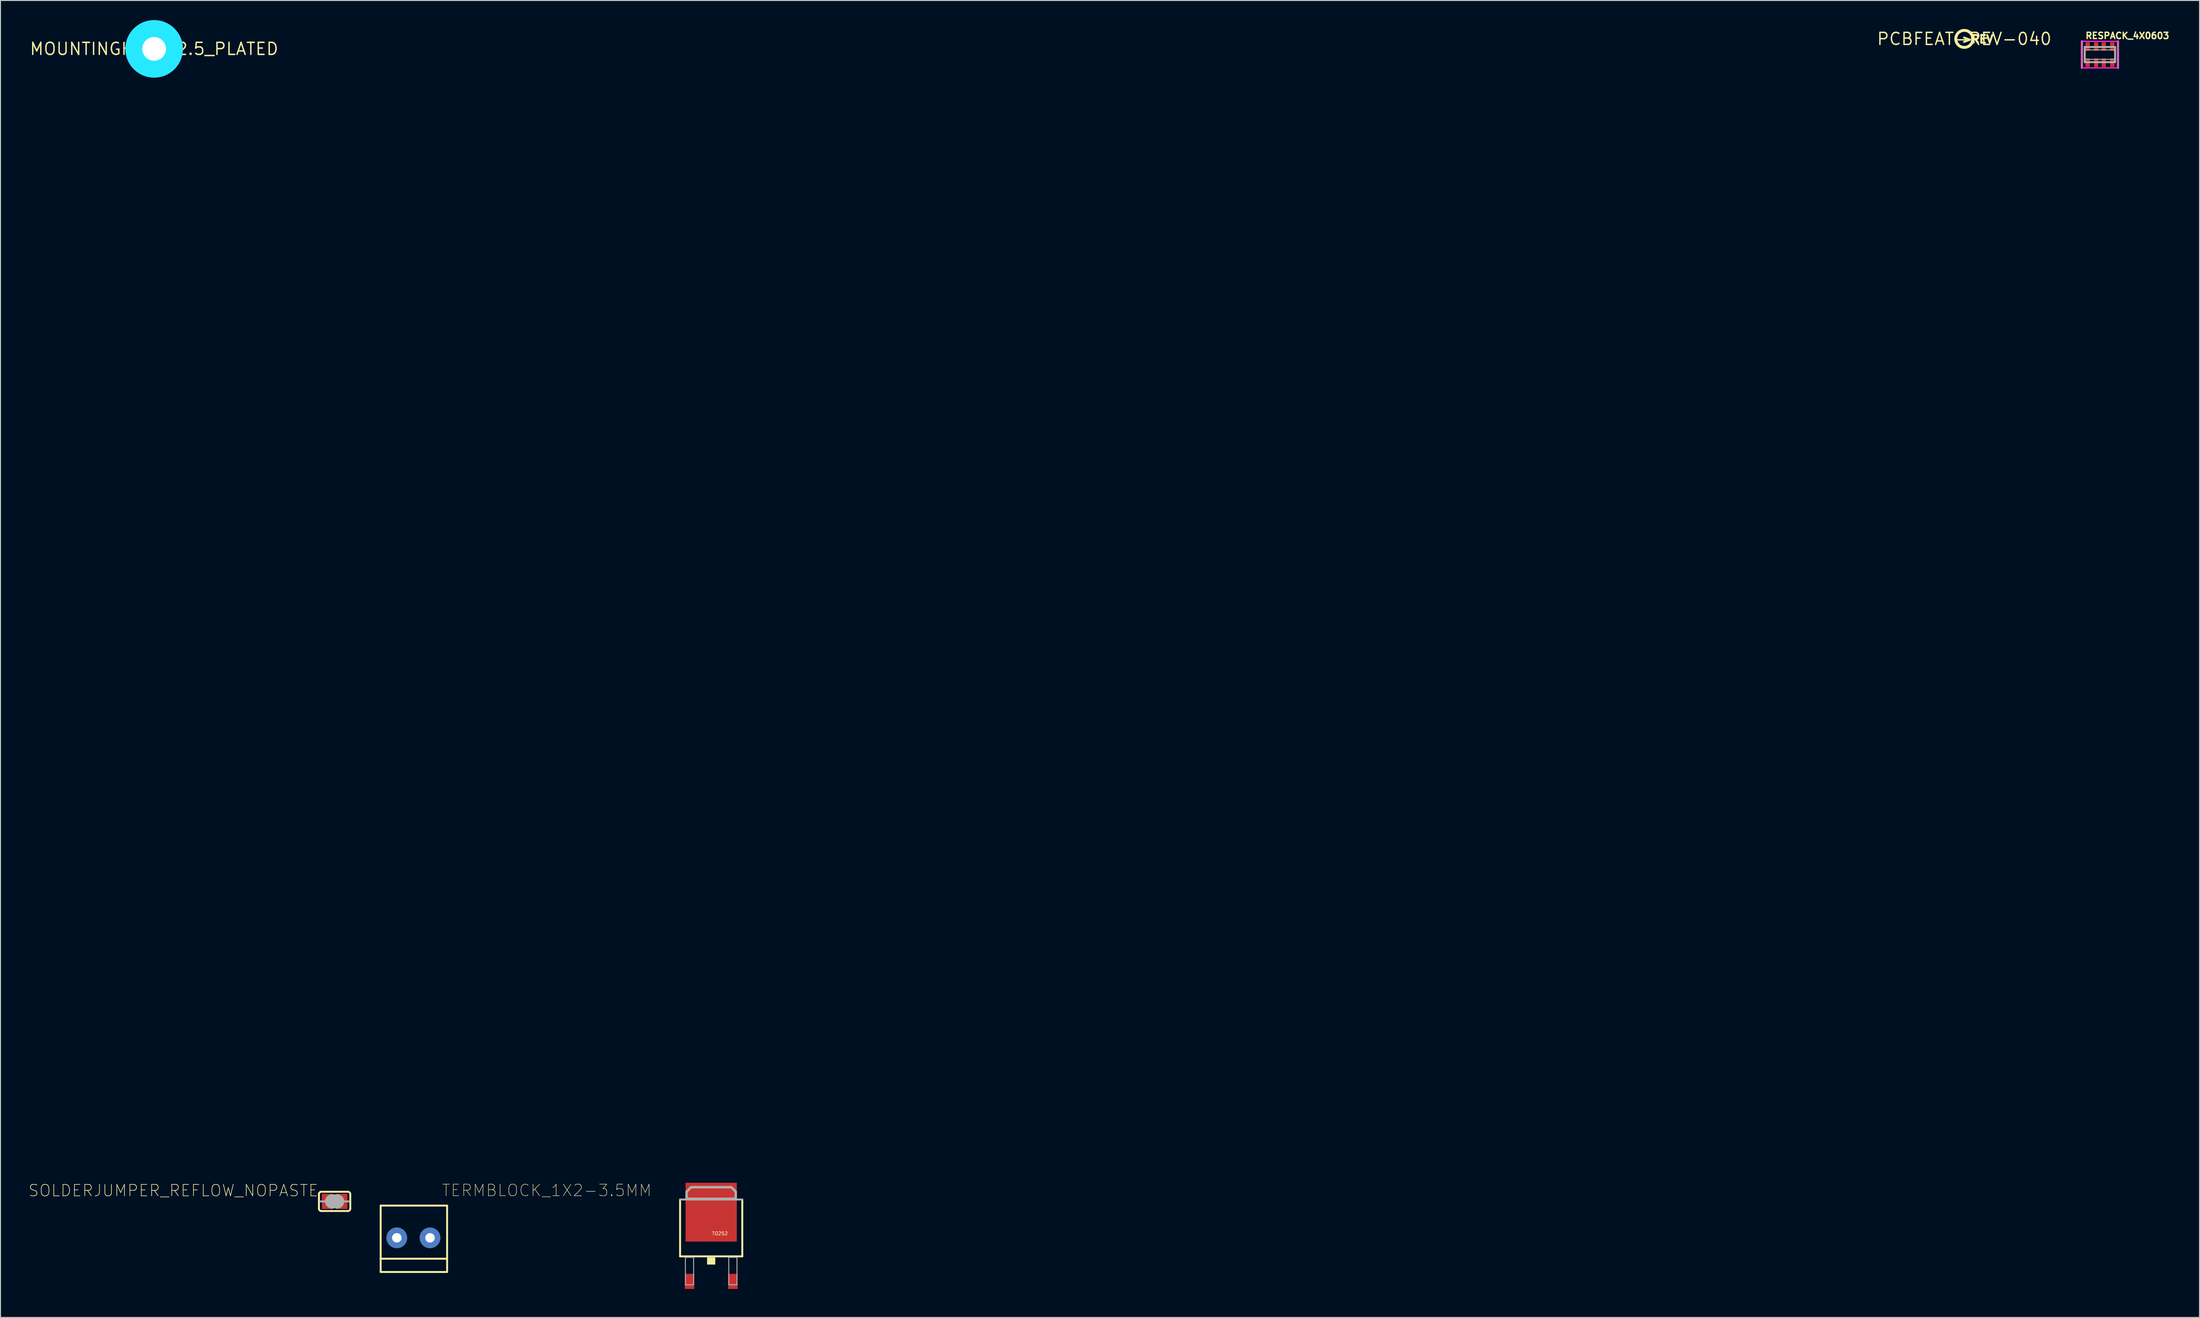
<source format=kicad_pcb>
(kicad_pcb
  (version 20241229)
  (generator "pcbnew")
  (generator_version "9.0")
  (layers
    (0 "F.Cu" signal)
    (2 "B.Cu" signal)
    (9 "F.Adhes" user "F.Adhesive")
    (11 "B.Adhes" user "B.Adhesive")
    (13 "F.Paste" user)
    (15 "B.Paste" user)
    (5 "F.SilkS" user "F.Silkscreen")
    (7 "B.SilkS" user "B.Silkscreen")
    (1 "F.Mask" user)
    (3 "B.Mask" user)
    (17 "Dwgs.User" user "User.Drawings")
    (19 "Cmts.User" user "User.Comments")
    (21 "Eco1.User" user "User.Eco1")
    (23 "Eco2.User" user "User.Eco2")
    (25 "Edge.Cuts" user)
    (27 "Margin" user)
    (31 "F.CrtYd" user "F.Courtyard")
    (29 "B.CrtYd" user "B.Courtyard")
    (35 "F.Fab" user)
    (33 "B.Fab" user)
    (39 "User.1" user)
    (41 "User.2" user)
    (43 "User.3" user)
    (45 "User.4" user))
  (footprint "SOLDERJUMPER_REFLOW_NOPASTE"
    (layer "F.Cu")
    (at 32.21 123.61)
    (property "Reference" "SOLDERJUMPER_REFLOW_NOPASTE" (at -1.651 -1.143 180) (layer "F.SilkS") (effects (font (size 1.203 1.203) (thickness 0.067)) (justify right)))
    (fp_poly (pts (xy -0.076 0.914) (xy 0.076 0.914) (xy 0.076 -0.914) (xy -0.076 -0.914)) (stroke (width 0) (type solid)) (fill yes) (layer "F.Mask"))
    (fp_line (start -1.651 0.762) (end -1.651 -0.762) (stroke (width 0.203) (type solid)) (layer "F.SilkS"))
    (fp_line (start -1.397 -1.016) (end 1.397 -1.016) (stroke (width 0.203) (type solid)) (layer "F.SilkS"))
    (fp_line (start 1.397 1.016) (end -1.397 1.016) (stroke (width 0.203) (type solid)) (layer "F.SilkS"))
    (fp_line (start 1.651 0.762) (end 1.651 -0.762) (stroke (width 0.203) (type solid)) (layer "F.SilkS"))
    (fp_arc (start -1.651 -0.762) (mid -1.576605 -0.941605) (end -1.397 -1.016) (stroke (width 0.2032) (type solid)) (layer "F.SilkS"))
    (fp_arc (start -1.397 1.016) (mid -1.576605 0.941605) (end -1.651 0.762) (stroke (width 0.2032) (type solid)) (layer "F.SilkS"))
    (fp_arc (start 1.397 -1.016) (mid 1.576605 -0.941605) (end 1.651 -0.762) (stroke (width 0.2032) (type solid)) (layer "F.SilkS"))
    (fp_arc (start 1.651 0.762) (mid 1.576605 0.941605) (end 1.397 1.016) (stroke (width 0.2032) (type solid)) (layer "F.SilkS"))
    (fp_line (start -1.016 0) (end -1.524 0) (stroke (width 0.203) (type solid)) (layer "F.Fab"))
    (fp_line (start 1.016 0) (end 1.524 0) (stroke (width 0.203) (type solid)) (layer "F.Fab"))
    (fp_arc (start -0.254 0.127) (mid -0.381 0) (end -0.254 -0.127) (stroke (width 1.27) (type solid)) (layer "F.Fab"))
    (fp_arc (start 0.254 -0.127) (mid 0.381 0) (end 0.254 0.127) (stroke (width 1.27) (type solid)) (layer "F.Fab"))
    (pad "1" smd rect (at -0.762 0) (size 1.168 1.6) (layers "F.Cu" "F.Mask"))
    (pad "2" smd rect (at 0.762 0) (size 1.168 1.6) (layers "F.Cu" "F.Mask")))
  (footprint "PCBFEAT-REV-040"
    (layer "F.Cu")
    (at 203.939 1.05)
    (property "Reference" "PCBFEAT-REV-040" (at 0 0 0) (layer "F.SilkS") (effects (font (size 1.27 1.27) (thickness 0.15))))
    (fp_circle (center 0 0) (end 0.898 0) (stroke (width 0.305) (type solid)) (fill no) (layer "F.SilkS"))
    (fp_text user ">REV" (at -0.356 0.508 0) (layer "F.SilkS") (effects (font (size 0.813 0.813) (thickness 0.203)) (justify left bottom))))
  (footprint "TO252"
    (layer "F.Cu")
    (at 71.891 127.246)
    (property "Reference" "TO252" (at 1.778 -0.254 180) (layer "F.SilkS") (effects (font (size 0.353 0.353) (thickness 0.053)) (justify right)))
    (fp_line (start -3.277 2.159) (end -3.277 -3.835) (stroke (width 0.203) (type solid)) (layer "F.SilkS"))
    (fp_line (start 3.277 -3.835) (end 3.277 2.159) (stroke (width 0.203) (type solid)) (layer "F.SilkS"))
    (fp_line (start 3.277 2.159) (end -3.277 2.159) (stroke (width 0.203) (type solid)) (layer "F.SilkS"))
    (fp_poly (pts (xy -0.432 3.023) (xy 0.432 3.023) (xy 0.432 2.261) (xy -0.432 2.261)) (stroke (width 0) (type solid)) (fill yes) (layer "F.SilkS"))
    (fp_line (start -3.277 -3.835) (end 3.277 -3.835) (stroke (width 0.203) (type solid)) (layer "F.Fab"))
    (fp_line (start -2.565 -4.648) (end -2.108 -5.105) (stroke (width 0.203) (type solid)) (layer "F.Fab"))
    (fp_line (start -2.565 -3.937) (end -2.565 -4.648) (stroke (width 0.203) (type solid)) (layer "F.Fab"))
    (fp_line (start -2.108 -5.105) (end 2.108 -5.105) (stroke (width 0.203) (type solid)) (layer "F.Fab"))
    (fp_line (start 2.108 -5.105) (end 2.565 -4.648) (stroke (width 0.203) (type solid)) (layer "F.Fab"))
    (fp_line (start 2.565 -4.648) (end 2.565 -3.937) (stroke (width 0.203) (type solid)) (layer "F.Fab"))
    (fp_line (start 2.565 -3.937) (end -2.565 -3.937) (stroke (width 0.203) (type solid)) (layer "F.Fab"))
    (fp_poly (pts (xy -2.718 5.156) (xy -1.854 5.156) (xy -1.854 2.261) (xy -2.718 2.261)) (stroke (width 0.1) (type solid)) (fill no) (layer "F.Fab"))
    (fp_poly (pts (xy 1.854 5.156) (xy 2.718 5.156) (xy 2.718 2.261) (xy 1.854 2.261)) (stroke (width 0.1) (type solid)) (fill no) (layer "F.Fab"))
    (fp_poly (pts (xy 2.667 -4.69) (xy 2.667 -3.835) (xy -2.667 -3.835) (xy -2.667 -4.69) (xy -2.15 -5.207) (xy 2.15 -5.207)) (stroke (width 0.1) (type solid)) (fill no) (layer "F.Fab"))
    (pad "1" smd rect (at -2.28 4.8) (size 1 1.6) (layers "F.Cu" "F.Mask" "F.Paste"))
    (pad "2" smd rect (at 2.28 4.8) (size 1 1.6) (layers "F.Cu" "F.Mask" "F.Paste"))
    (pad "3" smd rect (at 0 -2.5) (size 5.4 6.2) (layers "F.Cu" "F.Mask" "F.Paste")))
  (footprint "MOUNTINGHOLE_2.5_PLATED"
    (layer "F.Cu")
    (at 13.191 2.102)
    (property "Reference" "MOUNTINGHOLE_2.5_PLATED" (at 0 0 0) (layer "F.SilkS") (effects (font (size 1.27 1.27) (thickness 0.15))))
    (fp_circle (center 0 0) (end 2 0) (stroke (width 0.203) (type solid)) (fill no) (layer "F.SilkS"))
    (fp_circle (center 0 0) (end 1 0) (stroke (width 2.032) (type solid)) (fill no) (layer "B.CrtYd"))
    (fp_circle (center 0 0) (end 1 0) (stroke (width 2.032) (type solid)) (fill no) (layer "F.CrtYd"))
    (pad "P$1" thru_hole circle (at 0 0) (size 3.2 3.2) (drill 2.5) (layers "*.Cu" "*.Mask"))
    (zone (net_name "") (layer "F.Cu") (hatch edge 0.508) (connect_pads) (min_thickness 0.254) (filled_areas_thickness no) (keepout (tracks not_allowed) (vias not_allowed) (pads not_allowed) (copperpour not_allowed) (footprints allowed)) (placement (enabled no)) (fill) (polygon (pts (xy 191.648 116.63) (xy 191.618 116.28) (xy 191.527 115.941) (xy 191.378 115.622) (xy 191.177 115.334) (xy 190.928 115.086) (xy 190.64 114.884) (xy 190.322 114.736) (xy 189.982 114.645) (xy 189.632 114.614) (xy 189.282 114.645) (xy 188.943 114.736) (xy 188.624 114.884) (xy 188.336 115.086) (xy 188.088 115.334) (xy 187.886 115.622) (xy 187.738 115.941) (xy 187.647 116.28) (xy 187.616 116.63) (xy 187.647 116.98) (xy 187.738 117.32) (xy 187.886 117.638) (xy 188.088 117.926) (xy 188.336 118.175) (xy 188.624 118.376) (xy 188.943 118.525) (xy 189.282 118.616) (xy 189.632 118.646) (xy 189.982 118.616) (xy 190.322 118.525) (xy 190.64 118.376) (xy 190.928 118.175) (xy 191.177 117.926) (xy 191.378 117.638) (xy 191.527 117.32) (xy 191.618 116.98))) (polygon (pts (xy 189.616 116.63) (xy 189.616 116.633) (xy 189.617 116.636) (xy 189.618 116.638) (xy 189.62 116.64) (xy 189.622 116.642) (xy 189.624 116.644) (xy 189.627 116.645) (xy 189.629 116.646) (xy 189.632 116.646) (xy 189.635 116.646) (xy 189.638 116.645) (xy 189.64 116.644) (xy 189.642 116.642) (xy 189.644 116.64) (xy 189.646 116.638) (xy 189.647 116.636) (xy 189.648 116.633) (xy 189.648 116.63) (xy 189.648 116.627) (xy 189.647 116.625) (xy 189.646 116.622) (xy 189.644 116.62) (xy 189.642 116.618) (xy 189.64 116.616) (xy 189.638 116.615) (xy 189.635 116.614) (xy 189.632 116.614) (xy 189.629 116.614) (xy 189.627 116.615) (xy 189.624 116.616) (xy 189.622 116.618) (xy 189.62 116.62) (xy 189.618 116.622) (xy 189.617 116.625) (xy 189.616 116.627))))
    (zone (net_name "") (layer "B.Cu") (hatch edge 0.508) (connect_pads) (min_thickness 0.254) (filled_areas_thickness no) (keepout (tracks not_allowed) (vias not_allowed) (pads not_allowed) (copperpour not_allowed) (footprints allowed)) (placement (enabled no)) (fill) (polygon (pts (xy 191.648 116.63) (xy 191.618 116.28) (xy 191.527 115.941) (xy 191.378 115.622) (xy 191.177 115.334) (xy 190.928 115.086) (xy 190.64 114.884) (xy 190.322 114.736) (xy 189.982 114.645) (xy 189.632 114.614) (xy 189.282 114.645) (xy 188.943 114.736) (xy 188.624 114.884) (xy 188.336 115.086) (xy 188.088 115.334) (xy 187.886 115.622) (xy 187.738 115.941) (xy 187.647 116.28) (xy 187.616 116.63) (xy 187.647 116.98) (xy 187.738 117.32) (xy 187.886 117.638) (xy 188.088 117.926) (xy 188.336 118.175) (xy 188.624 118.376) (xy 188.943 118.525) (xy 189.282 118.616) (xy 189.632 118.646) (xy 189.982 118.616) (xy 190.322 118.525) (xy 190.64 118.376) (xy 190.928 118.175) (xy 191.177 117.926) (xy 191.378 117.638) (xy 191.527 117.32) (xy 191.618 116.98))) (polygon (pts (xy 189.616 116.63) (xy 189.616 116.633) (xy 189.617 116.636) (xy 189.618 116.638) (xy 189.62 116.64) (xy 189.622 116.642) (xy 189.624 116.644) (xy 189.627 116.645) (xy 189.629 116.646) (xy 189.632 116.646) (xy 189.635 116.646) (xy 189.638 116.645) (xy 189.64 116.644) (xy 189.642 116.642) (xy 189.644 116.64) (xy 189.646 116.638) (xy 189.647 116.636) (xy 189.648 116.633) (xy 189.648 116.63) (xy 189.648 116.627) (xy 189.647 116.625) (xy 189.646 116.622) (xy 189.644 116.62) (xy 189.642 116.618) (xy 189.64 116.616) (xy 189.638 116.615) (xy 189.635 116.614) (xy 189.632 116.614) (xy 189.629 116.614) (xy 189.627 116.615) (xy 189.624 116.616) (xy 189.622 116.618) (xy 189.62 116.62) (xy 189.618 116.622) (xy 189.617 116.625) (xy 189.616 116.627)))))
  (footprint "RESPACK_4X0603"
    (layer "F.Cu")
    (at 218.231 2.705)
    (property "Reference" "RESPACK_4X0603" (at -1.6 -1.6 0) (layer "F.SilkS") (effects (font (size 0.666 0.666) (thickness 0.146)) (justify left bottom)))
    (fp_line (start -1.9 1.4) (end -1.9 -1.4) (stroke (width 0.203) (type solid)) (layer "F.SilkS"))
    (fp_line (start 1.9 -1.4) (end 1.9 1.4) (stroke (width 0.203) (type solid)) (layer "F.SilkS"))
    (fp_line (start -1.9 -1.4) (end 1.9 -1.4) (stroke (width 0.127) (type solid)) (layer "F.CrtYd"))
    (fp_line (start -1.9 1.4) (end -1.9 -1.4) (stroke (width 0.127) (type solid)) (layer "F.CrtYd"))
    (fp_line (start -1.9 1.4) (end 1.9 1.4) (stroke (width 0.127) (type solid)) (layer "F.CrtYd"))
    (fp_line (start 1.9 -1.4) (end 1.9 1.4) (stroke (width 0.127) (type solid)) (layer "F.CrtYd"))
    (fp_line (start -1.6 -0.8) (end 1.6 -0.8) (stroke (width 0.203) (type solid)) (layer "F.Fab"))
    (fp_line (start -1.6 0.8) (end -1.6 -0.8) (stroke (width 0.203) (type solid)) (layer "F.Fab"))
    (fp_line (start 1.6 -0.8) (end 1.6 0.8) (stroke (width 0.203) (type solid)) (layer "F.Fab"))
    (fp_line (start 1.6 0.8) (end -1.6 0.8) (stroke (width 0.203) (type solid)) (layer "F.Fab"))
    (fp_poly (pts (xy -1.55 0.5) (xy 1.55 0.5) (xy 1.55 -0.5) (xy -1.55 -0.5)) (stroke (width 0.1) (type solid)) (fill no) (layer "F.Fab"))
    (pad "1" smd rect (at -1.3 0.85) (size 0.45 0.9) (layers "F.Cu" "F.Mask" "F.Paste"))
    (pad "2" smd rect (at -0.4 0.85) (size 0.45 0.9) (layers "F.Cu" "F.Mask" "F.Paste"))
    (pad "3" smd rect (at 0.4 0.85) (size 0.45 0.9) (layers "F.Cu" "F.Mask" "F.Paste"))
    (pad "4" smd rect (at 1.3 0.85) (size 0.45 0.9) (layers "F.Cu" "F.Mask" "F.Paste"))
    (pad "5" smd rect (at 1.3 -0.85) (size 0.45 0.9) (layers "F.Cu" "F.Mask" "F.Paste"))
    (pad "6" smd rect (at 0.4 -0.85) (size 0.45 0.9) (layers "F.Cu" "F.Mask" "F.Paste"))
    (pad "7" smd rect (at -0.4 -0.85) (size 0.45 0.9) (layers "F.Cu" "F.Mask" "F.Paste"))
    (pad "8" smd rect (at -1.3 -0.85) (size 0.45 0.9) (layers "F.Cu" "F.Mask" "F.Paste")))
  (footprint "TERMBLOCK_1X2-3.5MM"
    (layer "F.Cu")
    (at 40.464 127.452)
    (property "Reference" "TERMBLOCK_1X2-3.5MM" (at 3 -5 180) (layer "F.SilkS") (effects (font (size 1.217 1.217) (thickness 0.053)) (justify left)))
    (fp_line (start -3.4 -3.4) (end -3.4 2.2) (stroke (width 0.203) (type solid)) (layer "F.SilkS"))
    (fp_line (start -3.4 2.2) (end -3.4 3.6) (stroke (width 0.203) (type solid)) (layer "F.SilkS"))
    (fp_line (start -3.4 2.2) (end 3.6 2.2) (stroke (width 0.203) (type solid)) (layer "F.SilkS"))
    (fp_line (start -3.4 3.6) (end 3.6 3.6) (stroke (width 0.203) (type solid)) (layer "F.SilkS"))
    (fp_line (start 3.6 -3.4) (end -3.4 -3.4) (stroke (width 0.203) (type solid)) (layer "F.SilkS"))
    (fp_line (start 3.6 2.2) (end 3.6 -3.4) (stroke (width 0.203) (type solid)) (layer "F.SilkS"))
    (fp_line (start 3.6 3.6) (end 3.6 2.2) (stroke (width 0.203) (type solid)) (layer "F.SilkS"))
    (pad "1" thru_hole circle (at 1.8 0) (size 2.184 2.184) (drill 1) (layers "*.Cu" "*.Mask"))
    (pad "2" thru_hole circle (at -1.7 0) (size 2.184 2.184) (drill 1) (layers "*.Cu" "*.Mask")))
  (gr_rect
    (start -3 -3)
    (end 228.728 135.846)
    (stroke (width 0.1) (type default))
    (fill no)
    (layer "Edge.Cuts")))
</source>
